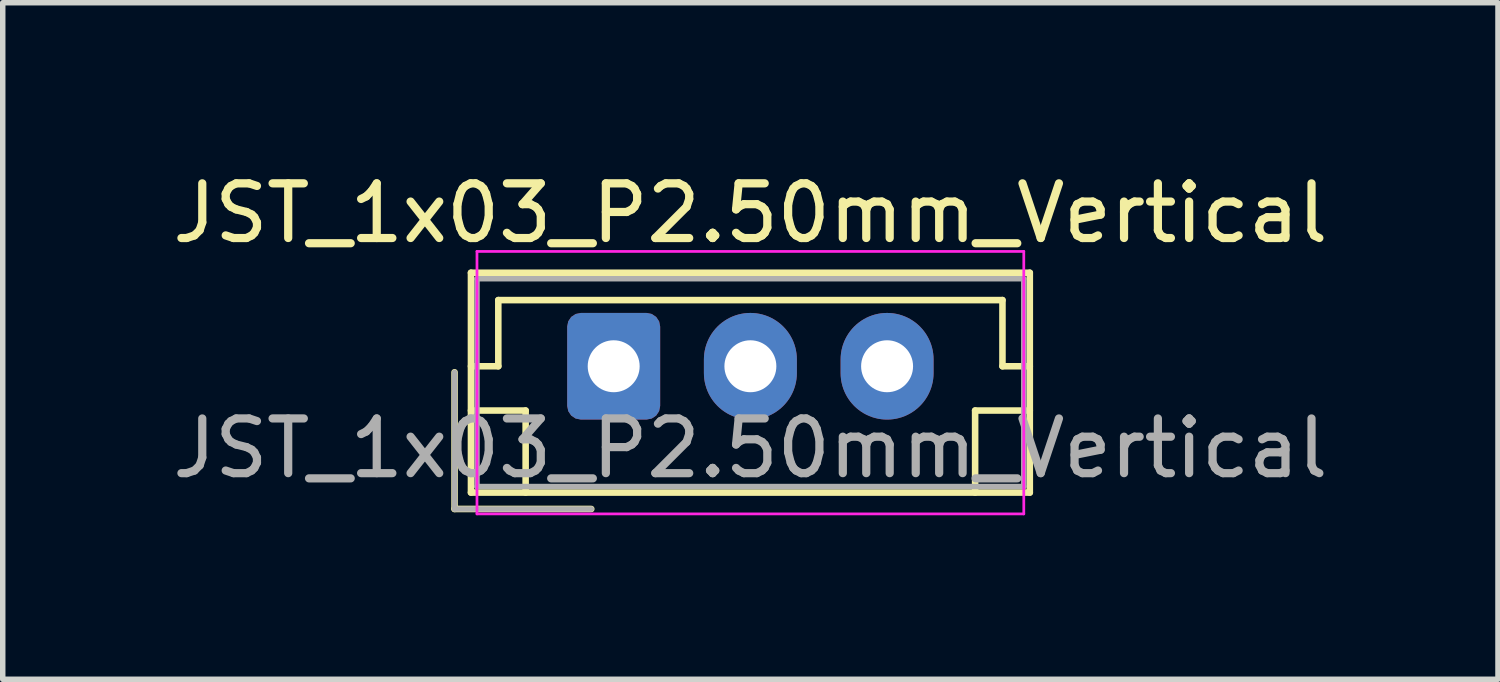
<source format=kicad_pcb>
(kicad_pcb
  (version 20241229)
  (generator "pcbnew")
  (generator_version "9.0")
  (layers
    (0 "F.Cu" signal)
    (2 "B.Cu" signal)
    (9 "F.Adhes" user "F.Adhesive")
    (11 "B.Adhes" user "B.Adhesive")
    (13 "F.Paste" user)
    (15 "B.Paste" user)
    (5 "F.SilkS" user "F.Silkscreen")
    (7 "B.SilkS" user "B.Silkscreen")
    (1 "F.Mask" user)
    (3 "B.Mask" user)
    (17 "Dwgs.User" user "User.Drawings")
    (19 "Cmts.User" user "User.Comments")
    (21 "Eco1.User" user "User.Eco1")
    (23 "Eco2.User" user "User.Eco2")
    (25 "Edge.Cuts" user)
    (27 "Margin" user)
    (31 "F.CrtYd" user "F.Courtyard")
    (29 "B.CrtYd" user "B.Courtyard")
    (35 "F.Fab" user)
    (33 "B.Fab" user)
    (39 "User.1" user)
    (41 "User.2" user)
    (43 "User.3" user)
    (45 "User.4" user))
  (footprint "JST_1x03_P2.50mm_Vertical"
    (layer "F.Cu")
    (at 8.173 3.648)
    (property "Reference" "JST_1x03_P2.50mm_Vertical" (at 2.5 -2.8 0) (layer "F.SilkS") (effects (font (size 1 1) (thickness 0.15))))
    (attr through_hole)
    (fp_line (start -2.91 0.11) (end -2.91 2.61) (stroke (width 0.12) (type solid)) (layer "F.SilkS"))
    (fp_line (start -2.91 2.61) (end -0.41 2.61) (stroke (width 0.12) (type solid)) (layer "F.SilkS"))
    (fp_line (start -2.61 -1.71) (end -2.61 2.31) (stroke (width 0.12) (type solid)) (layer "F.SilkS"))
    (fp_line (start -2.61 0) (end -2.11 0) (stroke (width 0.12) (type solid)) (layer "F.SilkS"))
    (fp_line (start -2.61 0.81) (end -1.61 0.81) (stroke (width 0.12) (type solid)) (layer "F.SilkS"))
    (fp_line (start -2.61 2.31) (end 7.61 2.31) (stroke (width 0.12) (type solid)) (layer "F.SilkS"))
    (fp_line (start -2.11 -1.21) (end 7.11 -1.21) (stroke (width 0.12) (type solid)) (layer "F.SilkS"))
    (fp_line (start -2.11 0) (end -2.11 -1.21) (stroke (width 0.12) (type solid)) (layer "F.SilkS"))
    (fp_line (start -1.61 0.81) (end -1.61 2.31) (stroke (width 0.12) (type solid)) (layer "F.SilkS"))
    (fp_line (start 6.61 0.81) (end 6.61 2.31) (stroke (width 0.12) (type solid)) (layer "F.SilkS"))
    (fp_line (start 7.11 -1.21) (end 7.11 0) (stroke (width 0.12) (type solid)) (layer "F.SilkS"))
    (fp_line (start 7.11 0) (end 7.61 0) (stroke (width 0.12) (type solid)) (layer "F.SilkS"))
    (fp_line (start 7.61 -1.71) (end -2.61 -1.71) (stroke (width 0.12) (type solid)) (layer "F.SilkS"))
    (fp_line (start 7.61 0.81) (end 6.61 0.81) (stroke (width 0.12) (type solid)) (layer "F.SilkS"))
    (fp_line (start 7.61 2.31) (end 7.61 -1.71) (stroke (width 0.12) (type solid)) (layer "F.SilkS"))
    (fp_line (start -2.5 -2.1) (end -2.5 2.7) (stroke (width 0.05) (type solid)) (layer "F.CrtYd"))
    (fp_line (start -2.5 2.7) (end 7.5 2.7) (stroke (width 0.05) (type solid)) (layer "F.CrtYd"))
    (fp_line (start 7.5 -2.1) (end -2.5 -2.1) (stroke (width 0.05) (type solid)) (layer "F.CrtYd"))
    (fp_line (start 7.5 2.7) (end 7.5 -2.1) (stroke (width 0.05) (type solid)) (layer "F.CrtYd"))
    (fp_line (start -2.91 0.11) (end -2.91 2.61) (stroke (width 0.1) (type solid)) (layer "F.Fab"))
    (fp_line (start -2.91 2.61) (end -0.41 2.61) (stroke (width 0.1) (type solid)) (layer "F.Fab"))
    (fp_line (start -2.5 -1.6) (end -2.5 2.2) (stroke (width 0.1) (type solid)) (layer "F.Fab"))
    (fp_line (start -2.5 2.2) (end 7.5 2.2) (stroke (width 0.1) (type solid)) (layer "F.Fab"))
    (fp_line (start 7.5 -1.6) (end -2.5 -1.6) (stroke (width 0.1) (type solid)) (layer "F.Fab"))
    (fp_line (start 7.5 2.2) (end 7.5 -1.6) (stroke (width 0.1) (type solid)) (layer "F.Fab"))
    (fp_text user "${REFERENCE}" (at 2.5 1.5 0) (layer "F.Fab") (effects (font (size 1 1) (thickness 0.15))))
    (pad "1" thru_hole roundrect (at 0 0) (size 1.7 1.95) (drill 0.95) (layers "*.Cu" "*.Mask") (roundrect_rratio 0.147))
    (pad "2" thru_hole oval (at 2.5 0) (size 1.7 1.95) (drill 0.95) (layers "*.Cu" "*.Mask"))
    (pad "3" thru_hole oval (at 5 0) (size 1.7 1.95) (drill 0.95) (layers "*.Cu" "*.Mask")))
  (gr_rect
    (start -3 -3)
    (end 24.345 9.373)
    (stroke (width 0.1) (type default))
    (fill no)
    (layer "Edge.Cuts")))
</source>
